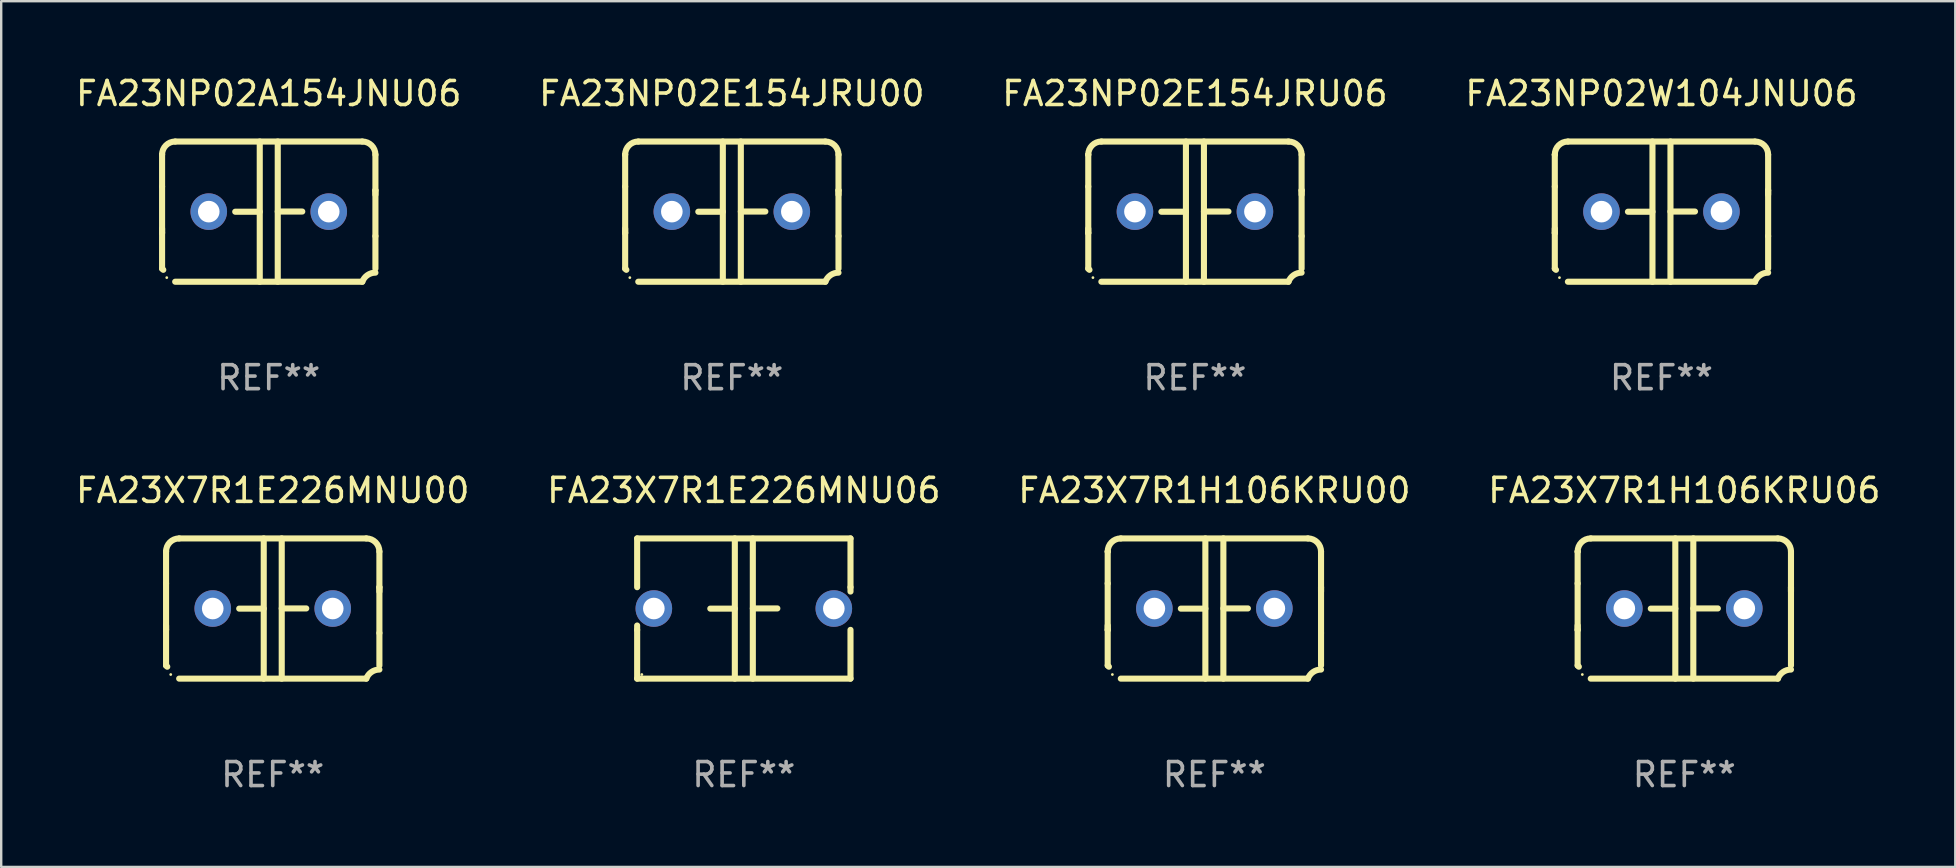
<source format=kicad_pcb>
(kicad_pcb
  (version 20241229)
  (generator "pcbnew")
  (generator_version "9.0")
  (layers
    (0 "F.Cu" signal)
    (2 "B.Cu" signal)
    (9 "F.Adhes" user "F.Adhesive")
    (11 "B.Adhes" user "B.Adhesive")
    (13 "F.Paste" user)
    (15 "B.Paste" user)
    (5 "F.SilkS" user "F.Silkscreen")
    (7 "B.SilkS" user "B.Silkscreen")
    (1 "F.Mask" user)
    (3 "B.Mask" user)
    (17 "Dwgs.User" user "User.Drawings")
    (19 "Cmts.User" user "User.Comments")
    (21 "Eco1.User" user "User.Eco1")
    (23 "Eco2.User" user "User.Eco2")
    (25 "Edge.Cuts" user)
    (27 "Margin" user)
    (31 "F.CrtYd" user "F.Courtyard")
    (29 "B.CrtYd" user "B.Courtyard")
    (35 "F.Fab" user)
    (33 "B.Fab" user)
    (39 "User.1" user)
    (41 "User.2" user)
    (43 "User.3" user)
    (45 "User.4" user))
  (footprint "FA23X7R1H106KRU06"
    (layer "F.Cu")
    (at 67.137 22.308)
    (property "Reference" "FA23X7R1H106KRU06" (at 0 -4.921 0) (layer "F.SilkS") (effects (font (size 1 1) (thickness 0.15))))
    (attr through_hole)
    (fp_line (start -4.445 2.375) (end -4.445 0.889) (stroke (width 0.254) (type solid)) (layer "F.SilkS"))
    (fp_line (start -4.445 -2.375) (end -4.445 -2.375) (stroke (width 0.254) (type solid)) (layer "F.SilkS"))
    (fp_line (start -4.445 -1.045) (end -4.445 -2.375) (stroke (width 0.254) (type solid)) (layer "F.SilkS"))
    (fp_line (start -4.445 -1.045) (end -4.445 0.889) (stroke (width 0.254) (type solid)) (layer "F.SilkS"))
    (fp_line (start -4.445 0.889) (end -4.445 0.708) (stroke (width 0.254) (type solid)) (layer "F.SilkS"))
    (fp_line (start -3.899 -2.921) (end 3.899 -2.921) (stroke (width 0.254) (type solid)) (layer "F.SilkS"))
    (fp_line (start -0.375 0.004) (end -1.397 0.004) (stroke (width 0.254) (type solid)) (layer "F.SilkS"))
    (fp_line (start -0.375 2.921) (end -0.375 -2.921) (stroke (width 0.254) (type solid)) (layer "F.SilkS"))
    (fp_line (start 0.375 -2.921) (end 0.375 2.921) (stroke (width 0.254) (type solid)) (layer "F.SilkS"))
    (fp_line (start 0.375 -0.004) (end 1.397 -0.004) (stroke (width 0.254) (type solid)) (layer "F.SilkS"))
    (fp_line (start 3.899 2.921) (end -3.899 2.921) (stroke (width 0.254) (type solid)) (layer "F.SilkS"))
    (fp_line (start 4.445 -0.889) (end 4.445 -0.708) (stroke (width 0.254) (type solid)) (layer "F.SilkS"))
    (fp_line (start 4.445 -0.889) (end 4.445 1.02) (stroke (width 0.254) (type solid)) (layer "F.SilkS"))
    (fp_line (start 4.445 1.02) (end 4.445 2.375) (stroke (width 0.254) (type solid)) (layer "F.SilkS"))
    (fp_line (start 4.445 -2.375) (end 4.445 -0.889) (stroke (width 0.254) (type solid)) (layer "F.SilkS"))
    (fp_arc (start -4.445034 -2.374778) (mid -4.285049 -2.761028) (end -3.898806 -2.921031) (stroke (width 0.254001) (type solid)) (layer "F.SilkS"))
    (fp_arc (start -4.445034 2.374803) (mid -4.4201 2.399713) (end -4.395166 2.424624) (stroke (width 0.254001) (type solid)) (layer "F.SilkS"))
    (fp_arc (start 3.898781 -2.921031) (mid 4.285035 -2.76105) (end 4.445034 -2.374803) (stroke (width 0.254001) (type solid)) (layer "F.SilkS"))
    (fp_arc (start 3.898806 2.921031) (mid 4.112864 2.64665) (end 4.445037 2.542888) (stroke (width 0.254001) (type solid)) (layer "F.SilkS"))
    (fp_circle (center -4.25 2.75) (end -4.22 2.75) (stroke (width 0.06) (type solid)) (fill no) (layer "F.SilkS"))
    (fp_text user "REF**" (at 0 6.921 0) (layer "F.Fab") (effects (font (size 1 1) (thickness 0.15))))
    (pad "1" thru_hole circle (at -2.5 0) (size 1.524 1.524) (drill 0.9) (layers "*.Cu" "*.Mask"))
    (pad "2" thru_hole circle (at 2.5 0) (size 1.524 1.524) (drill 0.9) (layers "*.Cu" "*.Mask")))
  (footprint "FA23X7R1E226MNU06"
    (layer "F.Cu")
    (at 27.946 22.308)
    (property "Reference" "FA23X7R1E226MNU06" (at 0 -4.921 0) (layer "F.SilkS") (effects (font (size 1 1) (thickness 0.15))))
    (attr through_hole)
    (fp_line (start -4.445 -2.921) (end 4.445 -2.921) (stroke (width 0.254) (type solid)) (layer "F.SilkS"))
    (fp_line (start -4.445 -0.889) (end -4.445 -2.921) (stroke (width 0.254) (type solid)) (layer "F.SilkS"))
    (fp_line (start -4.445 0.889) (end -4.445 0.708) (stroke (width 0.254) (type solid)) (layer "F.SilkS"))
    (fp_line (start -4.445 2.921) (end -4.445 0.889) (stroke (width 0.254) (type solid)) (layer "F.SilkS"))
    (fp_line (start -0.375 0.004) (end -1.397 0.004) (stroke (width 0.254) (type solid)) (layer "F.SilkS"))
    (fp_line (start -0.375 2.921) (end -0.375 -2.921) (stroke (width 0.254) (type solid)) (layer "F.SilkS"))
    (fp_line (start 0.375 -2.921) (end 0.375 2.921) (stroke (width 0.254) (type solid)) (layer "F.SilkS"))
    (fp_line (start 0.375 -0.004) (end 1.397 -0.004) (stroke (width 0.254) (type solid)) (layer "F.SilkS"))
    (fp_line (start 4.445 -2.921) (end 4.445 -0.889) (stroke (width 0.254) (type solid)) (layer "F.SilkS"))
    (fp_line (start 4.445 -0.889) (end 4.445 -0.708) (stroke (width 0.254) (type solid)) (layer "F.SilkS"))
    (fp_line (start 4.445 0.889) (end 4.445 2.921) (stroke (width 0.254) (type solid)) (layer "F.SilkS"))
    (fp_line (start 4.445 2.921) (end -4.445 2.921) (stroke (width 0.254) (type solid)) (layer "F.SilkS"))
    (fp_circle (center -4.25 2.75) (end -4.22 2.75) (stroke (width 0.06) (type solid)) (fill no) (layer "F.SilkS"))
    (fp_text user "REF**" (at 0 6.921 0) (layer "F.Fab") (effects (font (size 1 1) (thickness 0.15))))
    (pad "1" thru_hole circle (at -3.75 0) (size 1.524 1.524) (drill 0.9) (layers "*.Cu" "*.Mask"))
    (pad "2" thru_hole circle (at 3.75 0) (size 1.524 1.524) (drill 0.9) (layers "*.Cu" "*.Mask")))
  (footprint "FA23X7R1E226MNU00"
    (layer "F.Cu")
    (at 8.315 22.308)
    (property "Reference" "FA23X7R1E226MNU00" (at 0 -4.921 0) (layer "F.SilkS") (effects (font (size 1 1) (thickness 0.15))))
    (attr through_hole)
    (fp_line (start -4.445 2.375) (end -4.445 0.889) (stroke (width 0.254) (type solid)) (layer "F.SilkS"))
    (fp_line (start -4.445 -2.375) (end -4.445 -2.375) (stroke (width 0.254) (type solid)) (layer "F.SilkS"))
    (fp_line (start -4.445 -1.045) (end -4.445 -2.375) (stroke (width 0.254) (type solid)) (layer "F.SilkS"))
    (fp_line (start -4.445 -1.045) (end -4.445 0.889) (stroke (width 0.254) (type solid)) (layer "F.SilkS"))
    (fp_line (start -4.445 0.889) (end -4.445 0.708) (stroke (width 0.254) (type solid)) (layer "F.SilkS"))
    (fp_line (start -3.899 -2.921) (end 3.899 -2.921) (stroke (width 0.254) (type solid)) (layer "F.SilkS"))
    (fp_line (start -0.375 0.004) (end -1.397 0.004) (stroke (width 0.254) (type solid)) (layer "F.SilkS"))
    (fp_line (start -0.375 2.921) (end -0.375 -2.921) (stroke (width 0.254) (type solid)) (layer "F.SilkS"))
    (fp_line (start 0.375 -2.921) (end 0.375 2.921) (stroke (width 0.254) (type solid)) (layer "F.SilkS"))
    (fp_line (start 0.375 -0.004) (end 1.397 -0.004) (stroke (width 0.254) (type solid)) (layer "F.SilkS"))
    (fp_line (start 3.899 2.921) (end -3.899 2.921) (stroke (width 0.254) (type solid)) (layer "F.SilkS"))
    (fp_line (start 4.445 -0.889) (end 4.445 -0.708) (stroke (width 0.254) (type solid)) (layer "F.SilkS"))
    (fp_line (start 4.445 -0.889) (end 4.445 1.02) (stroke (width 0.254) (type solid)) (layer "F.SilkS"))
    (fp_line (start 4.445 1.02) (end 4.445 2.375) (stroke (width 0.254) (type solid)) (layer "F.SilkS"))
    (fp_line (start 4.445 -2.375) (end 4.445 -0.889) (stroke (width 0.254) (type solid)) (layer "F.SilkS"))
    (fp_arc (start -4.445034 -2.374778) (mid -4.285049 -2.761028) (end -3.898806 -2.921031) (stroke (width 0.254001) (type solid)) (layer "F.SilkS"))
    (fp_arc (start -4.445034 2.374803) (mid -4.4201 2.399713) (end -4.395166 2.424624) (stroke (width 0.254001) (type solid)) (layer "F.SilkS"))
    (fp_arc (start 3.898781 -2.921031) (mid 4.285035 -2.76105) (end 4.445034 -2.374803) (stroke (width 0.254001) (type solid)) (layer "F.SilkS"))
    (fp_arc (start 3.898806 2.921031) (mid 4.112864 2.64665) (end 4.445037 2.542888) (stroke (width 0.254001) (type solid)) (layer "F.SilkS"))
    (fp_circle (center -4.25 2.75) (end -4.22 2.75) (stroke (width 0.06) (type solid)) (fill no) (layer "F.SilkS"))
    (fp_text user "REF**" (at 0 6.921 0) (layer "F.Fab") (effects (font (size 1 1) (thickness 0.15))))
    (pad "1" thru_hole circle (at -2.5 0) (size 1.524 1.524) (drill 0.9) (layers "*.Cu" "*.Mask"))
    (pad "2" thru_hole circle (at 2.5 0) (size 1.524 1.524) (drill 0.9) (layers "*.Cu" "*.Mask")))
  (footprint "FA23X7R1H106KRU00"
    (layer "F.Cu")
    (at 47.554 22.308)
    (property "Reference" "FA23X7R1H106KRU00" (at 0 -4.921 0) (layer "F.SilkS") (effects (font (size 1 1) (thickness 0.15))))
    (attr through_hole)
    (fp_line (start -4.445 2.375) (end -4.445 0.889) (stroke (width 0.254) (type solid)) (layer "F.SilkS"))
    (fp_line (start -4.445 -2.375) (end -4.445 -2.375) (stroke (width 0.254) (type solid)) (layer "F.SilkS"))
    (fp_line (start -4.445 -1.045) (end -4.445 -2.375) (stroke (width 0.254) (type solid)) (layer "F.SilkS"))
    (fp_line (start -4.445 -1.045) (end -4.445 0.889) (stroke (width 0.254) (type solid)) (layer "F.SilkS"))
    (fp_line (start -4.445 0.889) (end -4.445 0.708) (stroke (width 0.254) (type solid)) (layer "F.SilkS"))
    (fp_line (start -3.899 -2.921) (end 3.899 -2.921) (stroke (width 0.254) (type solid)) (layer "F.SilkS"))
    (fp_line (start -0.375 0.004) (end -1.397 0.004) (stroke (width 0.254) (type solid)) (layer "F.SilkS"))
    (fp_line (start -0.375 2.921) (end -0.375 -2.921) (stroke (width 0.254) (type solid)) (layer "F.SilkS"))
    (fp_line (start 0.375 -2.921) (end 0.375 2.921) (stroke (width 0.254) (type solid)) (layer "F.SilkS"))
    (fp_line (start 0.375 -0.004) (end 1.397 -0.004) (stroke (width 0.254) (type solid)) (layer "F.SilkS"))
    (fp_line (start 3.899 2.921) (end -3.899 2.921) (stroke (width 0.254) (type solid)) (layer "F.SilkS"))
    (fp_line (start 4.445 -0.889) (end 4.445 -0.708) (stroke (width 0.254) (type solid)) (layer "F.SilkS"))
    (fp_line (start 4.445 -0.889) (end 4.445 1.02) (stroke (width 0.254) (type solid)) (layer "F.SilkS"))
    (fp_line (start 4.445 1.02) (end 4.445 2.375) (stroke (width 0.254) (type solid)) (layer "F.SilkS"))
    (fp_line (start 4.445 -2.375) (end 4.445 -0.889) (stroke (width 0.254) (type solid)) (layer "F.SilkS"))
    (fp_arc (start -4.445034 -2.374778) (mid -4.285049 -2.761028) (end -3.898806 -2.921031) (stroke (width 0.254001) (type solid)) (layer "F.SilkS"))
    (fp_arc (start -4.445034 2.374803) (mid -4.4201 2.399713) (end -4.395166 2.424624) (stroke (width 0.254001) (type solid)) (layer "F.SilkS"))
    (fp_arc (start 3.898781 -2.921031) (mid 4.285035 -2.76105) (end 4.445034 -2.374803) (stroke (width 0.254001) (type solid)) (layer "F.SilkS"))
    (fp_arc (start 3.898806 2.921031) (mid 4.112864 2.64665) (end 4.445037 2.542888) (stroke (width 0.254001) (type solid)) (layer "F.SilkS"))
    (fp_circle (center -4.25 2.75) (end -4.22 2.75) (stroke (width 0.06) (type solid)) (fill no) (layer "F.SilkS"))
    (fp_text user "REF**" (at 0 6.921 0) (layer "F.Fab") (effects (font (size 1 1) (thickness 0.15))))
    (pad "1" thru_hole circle (at -2.5 0) (size 1.524 1.524) (drill 0.9) (layers "*.Cu" "*.Mask"))
    (pad "2" thru_hole circle (at 2.5 0) (size 1.524 1.524) (drill 0.9) (layers "*.Cu" "*.Mask")))
  (footprint "FA23NP02A154JNU06"
    (layer "F.Cu")
    (at 8.149 5.769)
    (property "Reference" "FA23NP02A154JNU06" (at 0 -4.921 0) (layer "F.SilkS") (effects (font (size 1 1) (thickness 0.15))))
    (attr through_hole)
    (fp_line (start -4.445 2.375) (end -4.445 0.889) (stroke (width 0.254) (type solid)) (layer "F.SilkS"))
    (fp_line (start -4.445 -2.375) (end -4.445 -2.375) (stroke (width 0.254) (type solid)) (layer "F.SilkS"))
    (fp_line (start -4.445 -1.045) (end -4.445 -2.375) (stroke (width 0.254) (type solid)) (layer "F.SilkS"))
    (fp_line (start -4.445 -1.045) (end -4.445 0.889) (stroke (width 0.254) (type solid)) (layer "F.SilkS"))
    (fp_line (start -4.445 0.889) (end -4.445 0.708) (stroke (width 0.254) (type solid)) (layer "F.SilkS"))
    (fp_line (start -3.899 -2.921) (end 3.899 -2.921) (stroke (width 0.254) (type solid)) (layer "F.SilkS"))
    (fp_line (start -0.375 0.004) (end -1.397 0.004) (stroke (width 0.254) (type solid)) (layer "F.SilkS"))
    (fp_line (start -0.375 2.921) (end -0.375 -2.921) (stroke (width 0.254) (type solid)) (layer "F.SilkS"))
    (fp_line (start 0.375 -2.921) (end 0.375 2.921) (stroke (width 0.254) (type solid)) (layer "F.SilkS"))
    (fp_line (start 0.375 -0.004) (end 1.397 -0.004) (stroke (width 0.254) (type solid)) (layer "F.SilkS"))
    (fp_line (start 3.899 2.921) (end -3.899 2.921) (stroke (width 0.254) (type solid)) (layer "F.SilkS"))
    (fp_line (start 4.445 -0.889) (end 4.445 -0.708) (stroke (width 0.254) (type solid)) (layer "F.SilkS"))
    (fp_line (start 4.445 -0.889) (end 4.445 1.02) (stroke (width 0.254) (type solid)) (layer "F.SilkS"))
    (fp_line (start 4.445 1.02) (end 4.445 2.375) (stroke (width 0.254) (type solid)) (layer "F.SilkS"))
    (fp_line (start 4.445 -2.375) (end 4.445 -0.889) (stroke (width 0.254) (type solid)) (layer "F.SilkS"))
    (fp_arc (start -4.445034 -2.374778) (mid -4.285049 -2.761028) (end -3.898806 -2.921031) (stroke (width 0.254001) (type solid)) (layer "F.SilkS"))
    (fp_arc (start -4.445034 2.374803) (mid -4.4201 2.399713) (end -4.395166 2.424624) (stroke (width 0.254001) (type solid)) (layer "F.SilkS"))
    (fp_arc (start 3.898781 -2.921031) (mid 4.285035 -2.76105) (end 4.445034 -2.374803) (stroke (width 0.254001) (type solid)) (layer "F.SilkS"))
    (fp_arc (start 3.898806 2.921031) (mid 4.112864 2.64665) (end 4.445037 2.542888) (stroke (width 0.254001) (type solid)) (layer "F.SilkS"))
    (fp_circle (center -4.25 2.75) (end -4.22 2.75) (stroke (width 0.06) (type solid)) (fill no) (layer "F.SilkS"))
    (fp_text user "REF**" (at 0 6.921 0) (layer "F.Fab") (effects (font (size 1 1) (thickness 0.15))))
    (pad "1" thru_hole circle (at -2.5 0) (size 1.524 1.524) (drill 0.9) (layers "*.Cu" "*.Mask"))
    (pad "2" thru_hole circle (at 2.5 0) (size 1.524 1.524) (drill 0.9) (layers "*.Cu" "*.Mask")))
  (footprint "FA23NP02E154JRU06"
    (layer "F.Cu")
    (at 46.744 5.769)
    (property "Reference" "FA23NP02E154JRU06" (at 0 -4.921 0) (layer "F.SilkS") (effects (font (size 1 1) (thickness 0.15))))
    (attr through_hole)
    (fp_line (start -4.445 2.375) (end -4.445 0.889) (stroke (width 0.254) (type solid)) (layer "F.SilkS"))
    (fp_line (start -4.445 -2.375) (end -4.445 -2.375) (stroke (width 0.254) (type solid)) (layer "F.SilkS"))
    (fp_line (start -4.445 -1.045) (end -4.445 -2.375) (stroke (width 0.254) (type solid)) (layer "F.SilkS"))
    (fp_line (start -4.445 -1.045) (end -4.445 0.889) (stroke (width 0.254) (type solid)) (layer "F.SilkS"))
    (fp_line (start -4.445 0.889) (end -4.445 0.708) (stroke (width 0.254) (type solid)) (layer "F.SilkS"))
    (fp_line (start -3.899 -2.921) (end 3.899 -2.921) (stroke (width 0.254) (type solid)) (layer "F.SilkS"))
    (fp_line (start -0.375 0.004) (end -1.397 0.004) (stroke (width 0.254) (type solid)) (layer "F.SilkS"))
    (fp_line (start -0.375 2.921) (end -0.375 -2.921) (stroke (width 0.254) (type solid)) (layer "F.SilkS"))
    (fp_line (start 0.375 -2.921) (end 0.375 2.921) (stroke (width 0.254) (type solid)) (layer "F.SilkS"))
    (fp_line (start 0.375 -0.004) (end 1.397 -0.004) (stroke (width 0.254) (type solid)) (layer "F.SilkS"))
    (fp_line (start 3.899 2.921) (end -3.899 2.921) (stroke (width 0.254) (type solid)) (layer "F.SilkS"))
    (fp_line (start 4.445 -0.889) (end 4.445 -0.708) (stroke (width 0.254) (type solid)) (layer "F.SilkS"))
    (fp_line (start 4.445 -0.889) (end 4.445 1.02) (stroke (width 0.254) (type solid)) (layer "F.SilkS"))
    (fp_line (start 4.445 1.02) (end 4.445 2.375) (stroke (width 0.254) (type solid)) (layer "F.SilkS"))
    (fp_line (start 4.445 -2.375) (end 4.445 -0.889) (stroke (width 0.254) (type solid)) (layer "F.SilkS"))
    (fp_arc (start -4.445034 -2.374778) (mid -4.285049 -2.761028) (end -3.898806 -2.921031) (stroke (width 0.254001) (type solid)) (layer "F.SilkS"))
    (fp_arc (start -4.445034 2.374803) (mid -4.4201 2.399713) (end -4.395166 2.424624) (stroke (width 0.254001) (type solid)) (layer "F.SilkS"))
    (fp_arc (start 3.898781 -2.921031) (mid 4.285035 -2.76105) (end 4.445034 -2.374803) (stroke (width 0.254001) (type solid)) (layer "F.SilkS"))
    (fp_arc (start 3.898806 2.921031) (mid 4.112864 2.64665) (end 4.445037 2.542888) (stroke (width 0.254001) (type solid)) (layer "F.SilkS"))
    (fp_circle (center -4.25 2.75) (end -4.22 2.75) (stroke (width 0.06) (type solid)) (fill no) (layer "F.SilkS"))
    (fp_text user "REF**" (at 0 6.921 0) (layer "F.Fab") (effects (font (size 1 1) (thickness 0.15))))
    (pad "1" thru_hole circle (at -2.5 0) (size 1.524 1.524) (drill 0.9) (layers "*.Cu" "*.Mask"))
    (pad "2" thru_hole circle (at 2.5 0) (size 1.524 1.524) (drill 0.9) (layers "*.Cu" "*.Mask")))
  (footprint "FA23NP02W104JNU06"
    (layer "F.Cu")
    (at 66.185 5.769)
    (property "Reference" "FA23NP02W104JNU06" (at 0 -4.921 0) (layer "F.SilkS") (effects (font (size 1 1) (thickness 0.15))))
    (attr through_hole)
    (fp_line (start -4.445 2.375) (end -4.445 0.889) (stroke (width 0.254) (type solid)) (layer "F.SilkS"))
    (fp_line (start -4.445 -2.375) (end -4.445 -2.375) (stroke (width 0.254) (type solid)) (layer "F.SilkS"))
    (fp_line (start -4.445 -1.045) (end -4.445 -2.375) (stroke (width 0.254) (type solid)) (layer "F.SilkS"))
    (fp_line (start -4.445 -1.045) (end -4.445 0.889) (stroke (width 0.254) (type solid)) (layer "F.SilkS"))
    (fp_line (start -4.445 0.889) (end -4.445 0.708) (stroke (width 0.254) (type solid)) (layer "F.SilkS"))
    (fp_line (start -3.899 -2.921) (end 3.899 -2.921) (stroke (width 0.254) (type solid)) (layer "F.SilkS"))
    (fp_line (start -0.375 0.004) (end -1.397 0.004) (stroke (width 0.254) (type solid)) (layer "F.SilkS"))
    (fp_line (start -0.375 2.921) (end -0.375 -2.921) (stroke (width 0.254) (type solid)) (layer "F.SilkS"))
    (fp_line (start 0.375 -2.921) (end 0.375 2.921) (stroke (width 0.254) (type solid)) (layer "F.SilkS"))
    (fp_line (start 0.375 -0.004) (end 1.397 -0.004) (stroke (width 0.254) (type solid)) (layer "F.SilkS"))
    (fp_line (start 3.899 2.921) (end -3.899 2.921) (stroke (width 0.254) (type solid)) (layer "F.SilkS"))
    (fp_line (start 4.445 -0.889) (end 4.445 -0.708) (stroke (width 0.254) (type solid)) (layer "F.SilkS"))
    (fp_line (start 4.445 -0.889) (end 4.445 1.02) (stroke (width 0.254) (type solid)) (layer "F.SilkS"))
    (fp_line (start 4.445 1.02) (end 4.445 2.375) (stroke (width 0.254) (type solid)) (layer "F.SilkS"))
    (fp_line (start 4.445 -2.375) (end 4.445 -0.889) (stroke (width 0.254) (type solid)) (layer "F.SilkS"))
    (fp_arc (start -4.445034 -2.374778) (mid -4.285049 -2.761028) (end -3.898806 -2.921031) (stroke (width 0.254001) (type solid)) (layer "F.SilkS"))
    (fp_arc (start -4.445034 2.374803) (mid -4.4201 2.399713) (end -4.395166 2.424624) (stroke (width 0.254001) (type solid)) (layer "F.SilkS"))
    (fp_arc (start 3.898781 -2.921031) (mid 4.285035 -2.76105) (end 4.445034 -2.374803) (stroke (width 0.254001) (type solid)) (layer "F.SilkS"))
    (fp_arc (start 3.898806 2.921031) (mid 4.112864 2.64665) (end 4.445037 2.542888) (stroke (width 0.254001) (type solid)) (layer "F.SilkS"))
    (fp_circle (center -4.25 2.75) (end -4.22 2.75) (stroke (width 0.06) (type solid)) (fill no) (layer "F.SilkS"))
    (fp_text user "REF**" (at 0 6.921 0) (layer "F.Fab") (effects (font (size 1 1) (thickness 0.15))))
    (pad "1" thru_hole circle (at -2.5 0) (size 1.524 1.524) (drill 0.9) (layers "*.Cu" "*.Mask"))
    (pad "2" thru_hole circle (at 2.5 0) (size 1.524 1.524) (drill 0.9) (layers "*.Cu" "*.Mask")))
  (footprint "FA23NP02E154JRU00"
    (layer "F.Cu")
    (at 27.446 5.769)
    (property "Reference" "FA23NP02E154JRU00" (at 0 -4.921 0) (layer "F.SilkS") (effects (font (size 1 1) (thickness 0.15))))
    (attr through_hole)
    (fp_line (start -4.445 2.375) (end -4.445 0.889) (stroke (width 0.254) (type solid)) (layer "F.SilkS"))
    (fp_line (start -4.445 -2.375) (end -4.445 -2.375) (stroke (width 0.254) (type solid)) (layer "F.SilkS"))
    (fp_line (start -4.445 -1.045) (end -4.445 -2.375) (stroke (width 0.254) (type solid)) (layer "F.SilkS"))
    (fp_line (start -4.445 -1.045) (end -4.445 0.889) (stroke (width 0.254) (type solid)) (layer "F.SilkS"))
    (fp_line (start -4.445 0.889) (end -4.445 0.708) (stroke (width 0.254) (type solid)) (layer "F.SilkS"))
    (fp_line (start -3.899 -2.921) (end 3.899 -2.921) (stroke (width 0.254) (type solid)) (layer "F.SilkS"))
    (fp_line (start -0.375 0.004) (end -1.397 0.004) (stroke (width 0.254) (type solid)) (layer "F.SilkS"))
    (fp_line (start -0.375 2.921) (end -0.375 -2.921) (stroke (width 0.254) (type solid)) (layer "F.SilkS"))
    (fp_line (start 0.375 -2.921) (end 0.375 2.921) (stroke (width 0.254) (type solid)) (layer "F.SilkS"))
    (fp_line (start 0.375 -0.004) (end 1.397 -0.004) (stroke (width 0.254) (type solid)) (layer "F.SilkS"))
    (fp_line (start 3.899 2.921) (end -3.899 2.921) (stroke (width 0.254) (type solid)) (layer "F.SilkS"))
    (fp_line (start 4.445 -0.889) (end 4.445 -0.708) (stroke (width 0.254) (type solid)) (layer "F.SilkS"))
    (fp_line (start 4.445 -0.889) (end 4.445 1.02) (stroke (width 0.254) (type solid)) (layer "F.SilkS"))
    (fp_line (start 4.445 1.02) (end 4.445 2.375) (stroke (width 0.254) (type solid)) (layer "F.SilkS"))
    (fp_line (start 4.445 -2.375) (end 4.445 -0.889) (stroke (width 0.254) (type solid)) (layer "F.SilkS"))
    (fp_arc (start -4.445034 -2.374778) (mid -4.285049 -2.761028) (end -3.898806 -2.921031) (stroke (width 0.254001) (type solid)) (layer "F.SilkS"))
    (fp_arc (start -4.445034 2.374803) (mid -4.4201 2.399713) (end -4.395166 2.424624) (stroke (width 0.254001) (type solid)) (layer "F.SilkS"))
    (fp_arc (start 3.898781 -2.921031) (mid 4.285035 -2.76105) (end 4.445034 -2.374803) (stroke (width 0.254001) (type solid)) (layer "F.SilkS"))
    (fp_arc (start 3.898806 2.921031) (mid 4.112864 2.64665) (end 4.445037 2.542888) (stroke (width 0.254001) (type solid)) (layer "F.SilkS"))
    (fp_circle (center -4.25 2.75) (end -4.22 2.75) (stroke (width 0.06) (type solid)) (fill no) (layer "F.SilkS"))
    (fp_text user "REF**" (at 0 6.921 0) (layer "F.Fab") (effects (font (size 1 1) (thickness 0.15))))
    (pad "1" thru_hole circle (at -2.5 0) (size 1.524 1.524) (drill 0.9) (layers "*.Cu" "*.Mask"))
    (pad "2" thru_hole circle (at 2.5 0) (size 1.524 1.524) (drill 0.9) (layers "*.Cu" "*.Mask")))
  (gr_rect
    (start -3 -3)
    (end 78.429 33.077)
    (stroke (width 0.1) (type default))
    (fill no)
    (layer "Edge.Cuts")))
</source>
